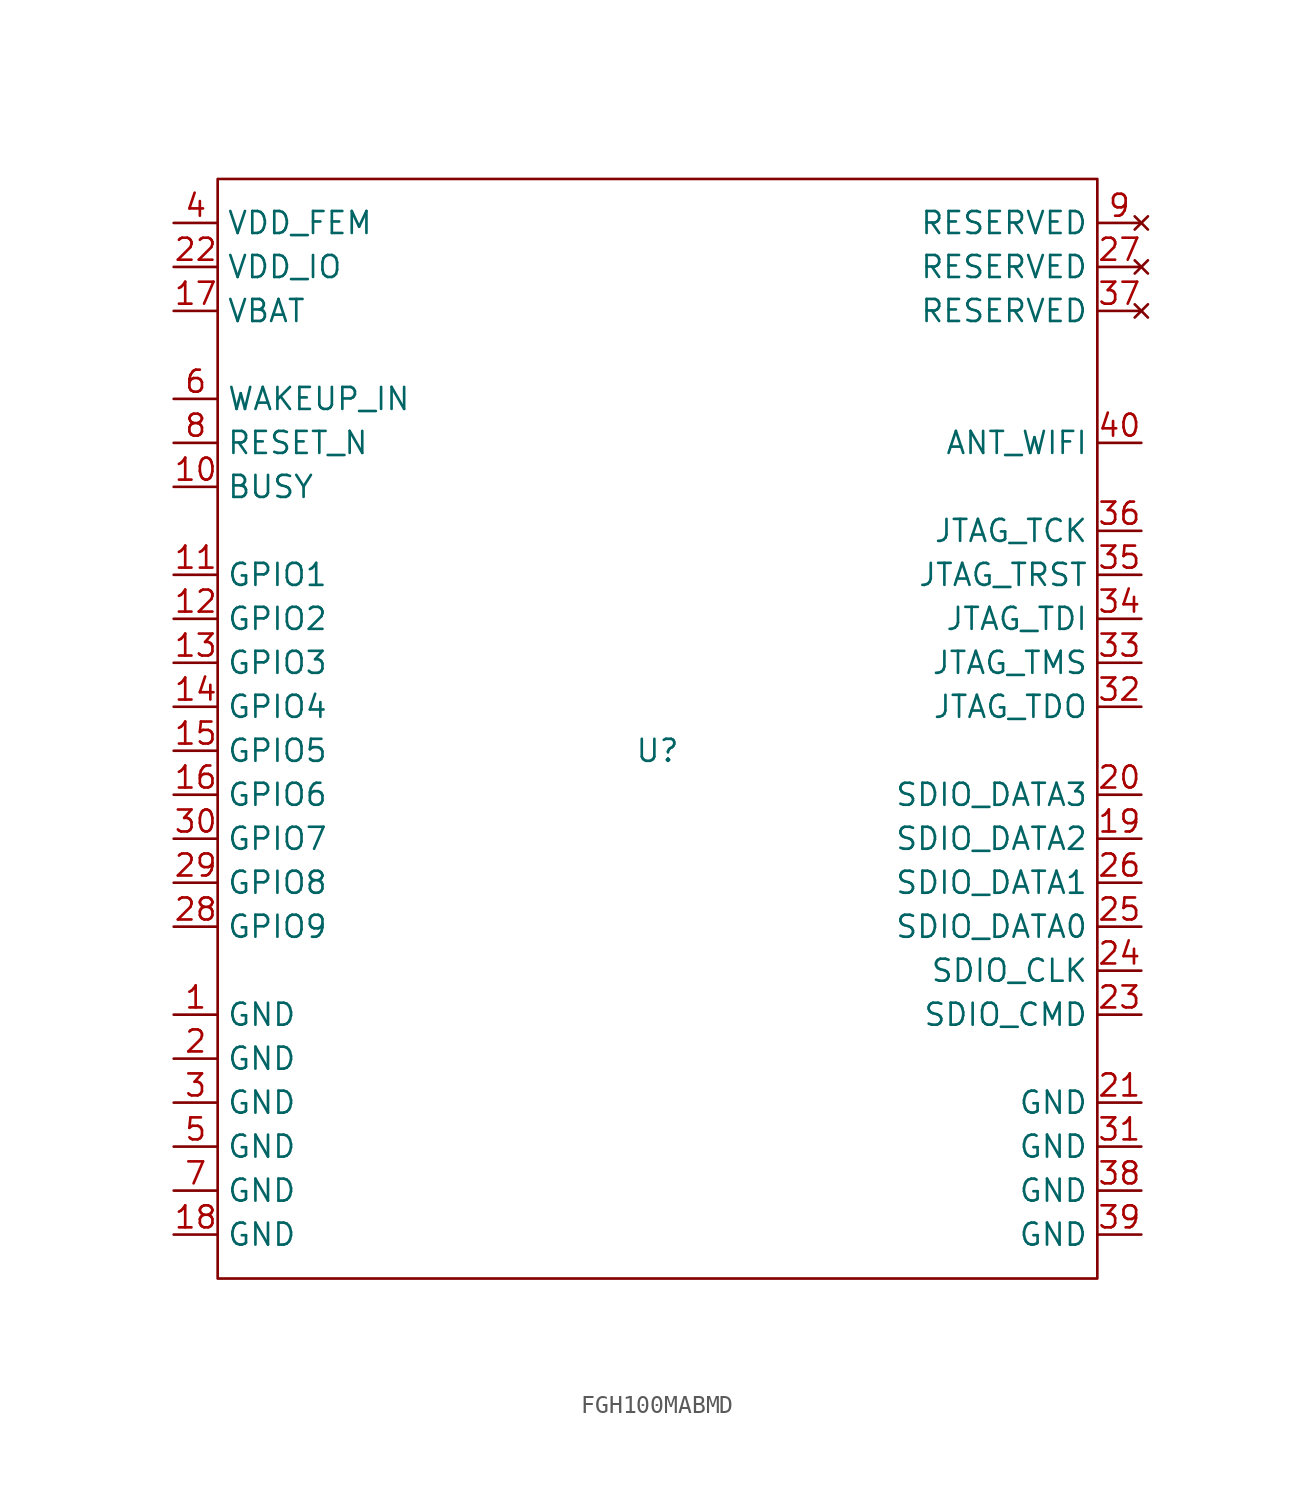
<source format=kicad_sym>
(kicad_symbol_lib
  (version 20231120)
  (generator "kicad_symbol_editor")
  (generator_version "8.0")
  (symbol "FGH100MABMD"
    (property "Reference" "U"
      (at 0 0 0)
      (effects (font (size 1.27 1.27))))
    (property "Value" ""
      (at 0 0 0)
      (effects (font (size 1.27 1.27))))
    (symbol "FGH100MABMD_0_1"
      (rectangle (start -25.4 33.02) (end 25.4 -30.48) (stroke (width 0) (type default)) (fill (type none))))
    (symbol "FGH100MABMD_1_1"
      (pin power_in line (at -27.94 -15.24 0) (length 2.54) (name "GND" (effects (font (size 1.27 1.27)))) (number "1" (effects (font (size 1.27 1.27)))))
      (pin bidirectional line (at -27.94 15.24 0) (length 2.54) (name "BUSY" (effects (font (size 1.27 1.27)))) (number "10" (effects (font (size 1.27 1.27)))))
      (pin bidirectional line (at -27.94 10.16 0) (length 2.54) (name "GPIO1" (effects (font (size 1.27 1.27)))) (number "11" (effects (font (size 1.27 1.27)))))
      (pin bidirectional line (at -27.94 7.62 0) (length 2.54) (name "GPIO2" (effects (font (size 1.27 1.27)))) (number "12" (effects (font (size 1.27 1.27)))))
      (pin bidirectional line (at -27.94 5.08 0) (length 2.54) (name "GPIO3" (effects (font (size 1.27 1.27)))) (number "13" (effects (font (size 1.27 1.27)))))
      (pin bidirectional line (at -27.94 2.54 0) (length 2.54) (name "GPIO4" (effects (font (size 1.27 1.27)))) (number "14" (effects (font (size 1.27 1.27)))))
      (pin bidirectional line (at -27.94 0 0) (length 2.54) (name "GPIO5" (effects (font (size 1.27 1.27)))) (number "15" (effects (font (size 1.27 1.27)))))
      (pin bidirectional line (at -27.94 -2.54 0) (length 2.54) (name "GPIO6" (effects (font (size 1.27 1.27)))) (number "16" (effects (font (size 1.27 1.27)))))
      (pin power_in line (at -27.94 25.4 0) (length 2.54) (name "VBAT" (effects (font (size 1.27 1.27)))) (number "17" (effects (font (size 1.27 1.27)))))
      (pin power_in line (at -27.94 -27.94 0) (length 2.54) (name "GND" (effects (font (size 1.27 1.27)))) (number "18" (effects (font (size 1.27 1.27)))))
      (pin bidirectional line (at 27.94 -5.08 180) (length 2.54) (name "SDIO_DATA2" (effects (font (size 1.27 1.27)))) (number "19" (effects (font (size 1.27 1.27)))))
      (pin power_in line (at -27.94 -17.78 0) (length 2.54) (name "GND" (effects (font (size 1.27 1.27)))) (number "2" (effects (font (size 1.27 1.27)))))
      (pin bidirectional line (at 27.94 -2.54 180) (length 2.54) (name "SDIO_DATA3" (effects (font (size 1.27 1.27)))) (number "20" (effects (font (size 1.27 1.27)))))
      (pin power_in line (at 27.94 -20.32 180) (length 2.54) (name "GND" (effects (font (size 1.27 1.27)))) (number "21" (effects (font (size 1.27 1.27)))))
      (pin power_in line (at -27.94 27.94 0) (length 2.54) (name "VDD_IO" (effects (font (size 1.27 1.27)))) (number "22" (effects (font (size 1.27 1.27)))))
      (pin bidirectional line (at 27.94 -15.24 180) (length 2.54) (name "SDIO_CMD" (effects (font (size 1.27 1.27)))) (number "23" (effects (font (size 1.27 1.27)))))
      (pin bidirectional line (at 27.94 -12.7 180) (length 2.54) (name "SDIO_CLK" (effects (font (size 1.27 1.27)))) (number "24" (effects (font (size 1.27 1.27)))))
      (pin bidirectional line (at 27.94 -10.16 180) (length 2.54) (name "SDIO_DATA0" (effects (font (size 1.27 1.27)))) (number "25" (effects (font (size 1.27 1.27)))))
      (pin bidirectional line (at 27.94 -7.62 180) (length 2.54) (name "SDIO_DATA1" (effects (font (size 1.27 1.27)))) (number "26" (effects (font (size 1.27 1.27)))))
      (pin no_connect line (at 27.94 27.94 180) (length 2.54) (name "RESERVED" (effects (font (size 1.27 1.27)))) (number "27" (effects (font (size 1.27 1.27)))))
      (pin bidirectional line (at -27.94 -10.16 0) (length 2.54) (name "GPIO9" (effects (font (size 1.27 1.27)))) (number "28" (effects (font (size 1.27 1.27)))))
      (pin bidirectional line (at -27.94 -7.62 0) (length 2.54) (name "GPIO8" (effects (font (size 1.27 1.27)))) (number "29" (effects (font (size 1.27 1.27)))))
      (pin power_in line (at -27.94 -20.32 0) (length 2.54) (name "GND" (effects (font (size 1.27 1.27)))) (number "3" (effects (font (size 1.27 1.27)))))
      (pin bidirectional line (at -27.94 -5.08 0) (length 2.54) (name "GPIO7" (effects (font (size 1.27 1.27)))) (number "30" (effects (font (size 1.27 1.27)))))
      (pin power_in line (at 27.94 -22.86 180) (length 2.54) (name "GND" (effects (font (size 1.27 1.27)))) (number "31" (effects (font (size 1.27 1.27)))))
      (pin bidirectional line (at 27.94 2.54 180) (length 2.54) (name "JTAG_TDO" (effects (font (size 1.27 1.27)))) (number "32" (effects (font (size 1.27 1.27)))))
      (pin bidirectional line (at 27.94 5.08 180) (length 2.54) (name "JTAG_TMS" (effects (font (size 1.27 1.27)))) (number "33" (effects (font (size 1.27 1.27)))))
      (pin bidirectional line (at 27.94 7.62 180) (length 2.54) (name "JTAG_TDI" (effects (font (size 1.27 1.27)))) (number "34" (effects (font (size 1.27 1.27)))))
      (pin bidirectional line (at 27.94 10.16 180) (length 2.54) (name "JTAG_TRST" (effects (font (size 1.27 1.27)))) (number "35" (effects (font (size 1.27 1.27)))))
      (pin bidirectional line (at 27.94 12.7 180) (length 2.54) (name "JTAG_TCK" (effects (font (size 1.27 1.27)))) (number "36" (effects (font (size 1.27 1.27)))))
      (pin no_connect line (at 27.94 25.4 180) (length 2.54) (name "RESERVED" (effects (font (size 1.27 1.27)))) (number "37" (effects (font (size 1.27 1.27)))))
      (pin power_in line (at 27.94 -25.4 180) (length 2.54) (name "GND" (effects (font (size 1.27 1.27)))) (number "38" (effects (font (size 1.27 1.27)))))
      (pin power_in line (at 27.94 -27.94 180) (length 2.54) (name "GND" (effects (font (size 1.27 1.27)))) (number "39" (effects (font (size 1.27 1.27)))))
      (pin power_in line (at -27.94 30.48 0) (length 2.54) (name "VDD_FEM" (effects (font (size 1.27 1.27)))) (number "4" (effects (font (size 1.27 1.27)))))
      (pin bidirectional line (at 27.94 17.78 180) (length 2.54) (name "ANT_WIFI" (effects (font (size 1.27 1.27)))) (number "40" (effects (font (size 1.27 1.27)))))
      (pin power_in line (at -27.94 -22.86 0) (length 2.54) (name "GND" (effects (font (size 1.27 1.27)))) (number "5" (effects (font (size 1.27 1.27)))))
      (pin input line (at -27.94 20.32 0) (length 2.54) (name "WAKEUP_IN" (effects (font (size 1.27 1.27)))) (number "6" (effects (font (size 1.27 1.27)))))
      (pin power_in line (at -27.94 -25.4 0) (length 2.54) (name "GND" (effects (font (size 1.27 1.27)))) (number "7" (effects (font (size 1.27 1.27)))))
      (pin input line (at -27.94 17.78 0) (length 2.54) (name "RESET_N" (effects (font (size 1.27 1.27)))) (number "8" (effects (font (size 1.27 1.27)))))
      (pin no_connect line (at 27.94 30.48 180) (length 2.54) (name "RESERVED" (effects (font (size 1.27 1.27)))) (number "9" (effects (font (size 1.27 1.27))))))))
</source>
